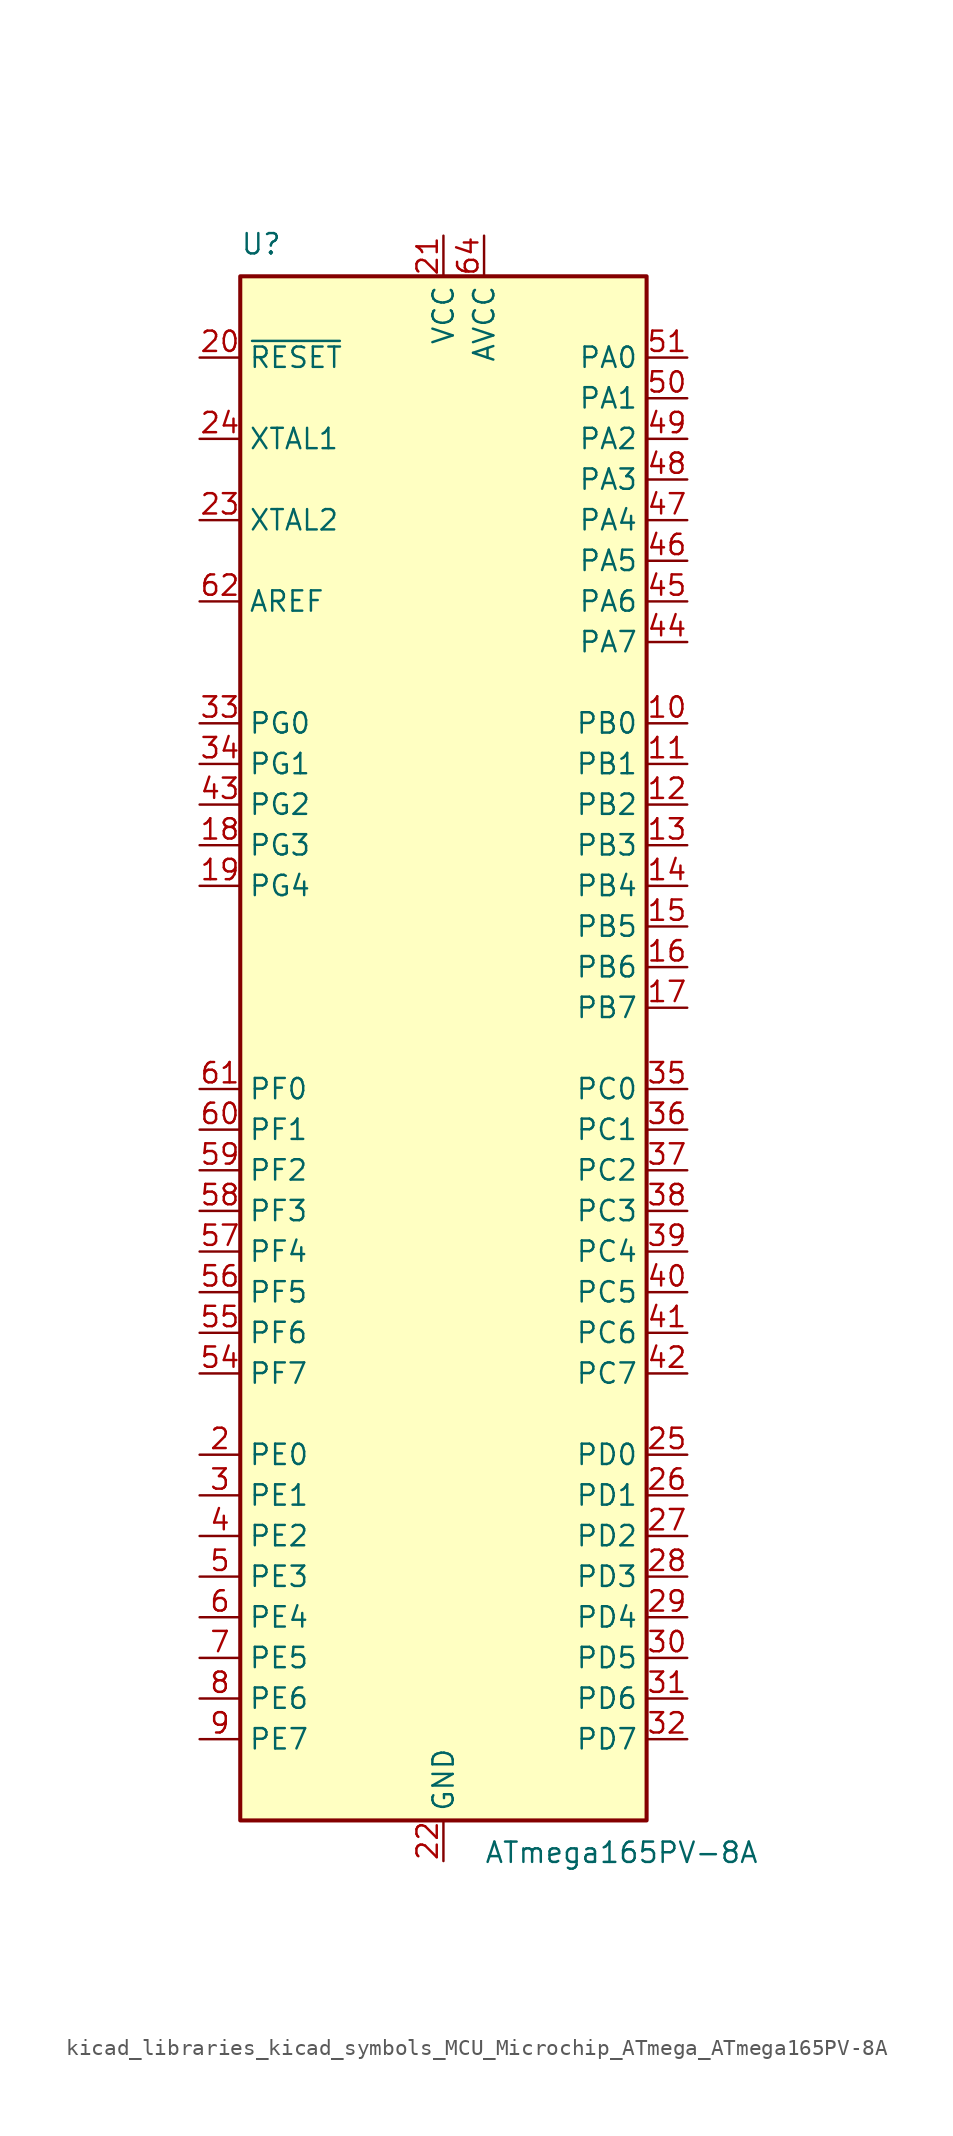
<source format=kicad_sym>
(kicad_symbol_lib
  (version 20220914)
  (generator kicad_symbol_editor)
  (symbol "kicad_libraries_kicad_symbols_MCU_Microchip_ATmega_ATmega165PV-8A"
    (property "Reference" "U"
      (at -12.7 49.53 0)
      (effects (font (size 1.27 1.27)) (justify left bottom)))
    (property "Value" "ATmega165PV-8A"
      (at 2.54 -49.53 0)
      (effects (font (size 1.27 1.27)) (justify left top)))
    (symbol "kicad_libraries_kicad_symbols_MCU_Microchip_ATmega_ATmega165PV-8A_0_1"
      (rectangle (start -12.7 -48.26) (end 12.7 48.26) (stroke (width 0.254) (type default)) (fill (type background))))
    (symbol "kicad_libraries_kicad_symbols_MCU_Microchip_ATmega_ATmega165PV-8A_1_1"
      (pin no_connect line (at -12.7 -45.72 0) (length 2.54) hide (name "NC" (effects (font (size 1.27 1.27)))) (number "1" (effects (font (size 1.27 1.27)))))
      (pin bidirectional line (at 15.24 20.32 180) (length 2.54) (name "PB0" (effects (font (size 1.27 1.27)))) (number "10" (effects (font (size 1.27 1.27)))))
      (pin bidirectional line (at 15.24 17.78 180) (length 2.54) (name "PB1" (effects (font (size 1.27 1.27)))) (number "11" (effects (font (size 1.27 1.27)))))
      (pin bidirectional line (at 15.24 15.24 180) (length 2.54) (name "PB2" (effects (font (size 1.27 1.27)))) (number "12" (effects (font (size 1.27 1.27)))))
      (pin bidirectional line (at 15.24 12.7 180) (length 2.54) (name "PB3" (effects (font (size 1.27 1.27)))) (number "13" (effects (font (size 1.27 1.27)))))
      (pin bidirectional line (at 15.24 10.16 180) (length 2.54) (name "PB4" (effects (font (size 1.27 1.27)))) (number "14" (effects (font (size 1.27 1.27)))))
      (pin bidirectional line (at 15.24 7.62 180) (length 2.54) (name "PB5" (effects (font (size 1.27 1.27)))) (number "15" (effects (font (size 1.27 1.27)))))
      (pin bidirectional line (at 15.24 5.08 180) (length 2.54) (name "PB6" (effects (font (size 1.27 1.27)))) (number "16" (effects (font (size 1.27 1.27)))))
      (pin bidirectional line (at 15.24 2.54 180) (length 2.54) (name "PB7" (effects (font (size 1.27 1.27)))) (number "17" (effects (font (size 1.27 1.27)))))
      (pin bidirectional line (at -15.24 12.7 0) (length 2.54) (name "PG3" (effects (font (size 1.27 1.27)))) (number "18" (effects (font (size 1.27 1.27)))))
      (pin bidirectional line (at -15.24 10.16 0) (length 2.54) (name "PG4" (effects (font (size 1.27 1.27)))) (number "19" (effects (font (size 1.27 1.27)))))
      (pin bidirectional line (at -15.24 -25.4 0) (length 2.54) (name "PE0" (effects (font (size 1.27 1.27)))) (number "2" (effects (font (size 1.27 1.27)))))
      (pin input line (at -15.24 43.18 0) (length 2.54) (name "~{RESET}" (effects (font (size 1.27 1.27)))) (number "20" (effects (font (size 1.27 1.27)))))
      (pin power_in line (at 0 50.8 270) (length 2.54) (name "VCC" (effects (font (size 1.27 1.27)))) (number "21" (effects (font (size 1.27 1.27)))))
      (pin power_in line (at 0 -50.8 90) (length 2.54) (name "GND" (effects (font (size 1.27 1.27)))) (number "22" (effects (font (size 1.27 1.27)))))
      (pin output line (at -15.24 33.02 0) (length 2.54) (name "XTAL2" (effects (font (size 1.27 1.27)))) (number "23" (effects (font (size 1.27 1.27)))))
      (pin input line (at -15.24 38.1 0) (length 2.54) (name "XTAL1" (effects (font (size 1.27 1.27)))) (number "24" (effects (font (size 1.27 1.27)))))
      (pin bidirectional line (at 15.24 -25.4 180) (length 2.54) (name "PD0" (effects (font (size 1.27 1.27)))) (number "25" (effects (font (size 1.27 1.27)))))
      (pin bidirectional line (at 15.24 -27.94 180) (length 2.54) (name "PD1" (effects (font (size 1.27 1.27)))) (number "26" (effects (font (size 1.27 1.27)))))
      (pin bidirectional line (at 15.24 -30.48 180) (length 2.54) (name "PD2" (effects (font (size 1.27 1.27)))) (number "27" (effects (font (size 1.27 1.27)))))
      (pin bidirectional line (at 15.24 -33.02 180) (length 2.54) (name "PD3" (effects (font (size 1.27 1.27)))) (number "28" (effects (font (size 1.27 1.27)))))
      (pin bidirectional line (at 15.24 -35.56 180) (length 2.54) (name "PD4" (effects (font (size 1.27 1.27)))) (number "29" (effects (font (size 1.27 1.27)))))
      (pin bidirectional line (at -15.24 -27.94 0) (length 2.54) (name "PE1" (effects (font (size 1.27 1.27)))) (number "3" (effects (font (size 1.27 1.27)))))
      (pin bidirectional line (at 15.24 -38.1 180) (length 2.54) (name "PD5" (effects (font (size 1.27 1.27)))) (number "30" (effects (font (size 1.27 1.27)))))
      (pin bidirectional line (at 15.24 -40.64 180) (length 2.54) (name "PD6" (effects (font (size 1.27 1.27)))) (number "31" (effects (font (size 1.27 1.27)))))
      (pin bidirectional line (at 15.24 -43.18 180) (length 2.54) (name "PD7" (effects (font (size 1.27 1.27)))) (number "32" (effects (font (size 1.27 1.27)))))
      (pin bidirectional line (at -15.24 20.32 0) (length 2.54) (name "PG0" (effects (font (size 1.27 1.27)))) (number "33" (effects (font (size 1.27 1.27)))))
      (pin bidirectional line (at -15.24 17.78 0) (length 2.54) (name "PG1" (effects (font (size 1.27 1.27)))) (number "34" (effects (font (size 1.27 1.27)))))
      (pin bidirectional line (at 15.24 -2.54 180) (length 2.54) (name "PC0" (effects (font (size 1.27 1.27)))) (number "35" (effects (font (size 1.27 1.27)))))
      (pin bidirectional line (at 15.24 -5.08 180) (length 2.54) (name "PC1" (effects (font (size 1.27 1.27)))) (number "36" (effects (font (size 1.27 1.27)))))
      (pin bidirectional line (at 15.24 -7.62 180) (length 2.54) (name "PC2" (effects (font (size 1.27 1.27)))) (number "37" (effects (font (size 1.27 1.27)))))
      (pin bidirectional line (at 15.24 -10.16 180) (length 2.54) (name "PC3" (effects (font (size 1.27 1.27)))) (number "38" (effects (font (size 1.27 1.27)))))
      (pin bidirectional line (at 15.24 -12.7 180) (length 2.54) (name "PC4" (effects (font (size 1.27 1.27)))) (number "39" (effects (font (size 1.27 1.27)))))
      (pin bidirectional line (at -15.24 -30.48 0) (length 2.54) (name "PE2" (effects (font (size 1.27 1.27)))) (number "4" (effects (font (size 1.27 1.27)))))
      (pin bidirectional line (at 15.24 -15.24 180) (length 2.54) (name "PC5" (effects (font (size 1.27 1.27)))) (number "40" (effects (font (size 1.27 1.27)))))
      (pin bidirectional line (at 15.24 -17.78 180) (length 2.54) (name "PC6" (effects (font (size 1.27 1.27)))) (number "41" (effects (font (size 1.27 1.27)))))
      (pin bidirectional line (at 15.24 -20.32 180) (length 2.54) (name "PC7" (effects (font (size 1.27 1.27)))) (number "42" (effects (font (size 1.27 1.27)))))
      (pin bidirectional line (at -15.24 15.24 0) (length 2.54) (name "PG2" (effects (font (size 1.27 1.27)))) (number "43" (effects (font (size 1.27 1.27)))))
      (pin bidirectional line (at 15.24 25.4 180) (length 2.54) (name "PA7" (effects (font (size 1.27 1.27)))) (number "44" (effects (font (size 1.27 1.27)))))
      (pin bidirectional line (at 15.24 27.94 180) (length 2.54) (name "PA6" (effects (font (size 1.27 1.27)))) (number "45" (effects (font (size 1.27 1.27)))))
      (pin bidirectional line (at 15.24 30.48 180) (length 2.54) (name "PA5" (effects (font (size 1.27 1.27)))) (number "46" (effects (font (size 1.27 1.27)))))
      (pin bidirectional line (at 15.24 33.02 180) (length 2.54) (name "PA4" (effects (font (size 1.27 1.27)))) (number "47" (effects (font (size 1.27 1.27)))))
      (pin bidirectional line (at 15.24 35.56 180) (length 2.54) (name "PA3" (effects (font (size 1.27 1.27)))) (number "48" (effects (font (size 1.27 1.27)))))
      (pin bidirectional line (at 15.24 38.1 180) (length 2.54) (name "PA2" (effects (font (size 1.27 1.27)))) (number "49" (effects (font (size 1.27 1.27)))))
      (pin bidirectional line (at -15.24 -33.02 0) (length 2.54) (name "PE3" (effects (font (size 1.27 1.27)))) (number "5" (effects (font (size 1.27 1.27)))))
      (pin bidirectional line (at 15.24 40.64 180) (length 2.54) (name "PA1" (effects (font (size 1.27 1.27)))) (number "50" (effects (font (size 1.27 1.27)))))
      (pin bidirectional line (at 15.24 43.18 180) (length 2.54) (name "PA0" (effects (font (size 1.27 1.27)))) (number "51" (effects (font (size 1.27 1.27)))))
      (pin passive line (at 0 50.8 270) (length 2.54) hide (name "VCC" (effects (font (size 1.27 1.27)))) (number "52" (effects (font (size 1.27 1.27)))))
      (pin passive line (at 0 -50.8 90) (length 2.54) hide (name "GND" (effects (font (size 1.27 1.27)))) (number "53" (effects (font (size 1.27 1.27)))))
      (pin bidirectional line (at -15.24 -20.32 0) (length 2.54) (name "PF7" (effects (font (size 1.27 1.27)))) (number "54" (effects (font (size 1.27 1.27)))))
      (pin bidirectional line (at -15.24 -17.78 0) (length 2.54) (name "PF6" (effects (font (size 1.27 1.27)))) (number "55" (effects (font (size 1.27 1.27)))))
      (pin bidirectional line (at -15.24 -15.24 0) (length 2.54) (name "PF5" (effects (font (size 1.27 1.27)))) (number "56" (effects (font (size 1.27 1.27)))))
      (pin bidirectional line (at -15.24 -12.7 0) (length 2.54) (name "PF4" (effects (font (size 1.27 1.27)))) (number "57" (effects (font (size 1.27 1.27)))))
      (pin bidirectional line (at -15.24 -10.16 0) (length 2.54) (name "PF3" (effects (font (size 1.27 1.27)))) (number "58" (effects (font (size 1.27 1.27)))))
      (pin bidirectional line (at -15.24 -7.62 0) (length 2.54) (name "PF2" (effects (font (size 1.27 1.27)))) (number "59" (effects (font (size 1.27 1.27)))))
      (pin bidirectional line (at -15.24 -35.56 0) (length 2.54) (name "PE4" (effects (font (size 1.27 1.27)))) (number "6" (effects (font (size 1.27 1.27)))))
      (pin bidirectional line (at -15.24 -5.08 0) (length 2.54) (name "PF1" (effects (font (size 1.27 1.27)))) (number "60" (effects (font (size 1.27 1.27)))))
      (pin bidirectional line (at -15.24 -2.54 0) (length 2.54) (name "PF0" (effects (font (size 1.27 1.27)))) (number "61" (effects (font (size 1.27 1.27)))))
      (pin passive line (at -15.24 27.94 0) (length 2.54) (name "AREF" (effects (font (size 1.27 1.27)))) (number "62" (effects (font (size 1.27 1.27)))))
      (pin passive line (at 0 -50.8 90) (length 2.54) hide (name "GND" (effects (font (size 1.27 1.27)))) (number "63" (effects (font (size 1.27 1.27)))))
      (pin power_in line (at 2.54 50.8 270) (length 2.54) (name "AVCC" (effects (font (size 1.27 1.27)))) (number "64" (effects (font (size 1.27 1.27)))))
      (pin bidirectional line (at -15.24 -38.1 0) (length 2.54) (name "PE5" (effects (font (size 1.27 1.27)))) (number "7" (effects (font (size 1.27 1.27)))))
      (pin bidirectional line (at -15.24 -40.64 0) (length 2.54) (name "PE6" (effects (font (size 1.27 1.27)))) (number "8" (effects (font (size 1.27 1.27)))))
      (pin bidirectional line (at -15.24 -43.18 0) (length 2.54) (name "PE7" (effects (font (size 1.27 1.27)))) (number "9" (effects (font (size 1.27 1.27))))))))
</source>
